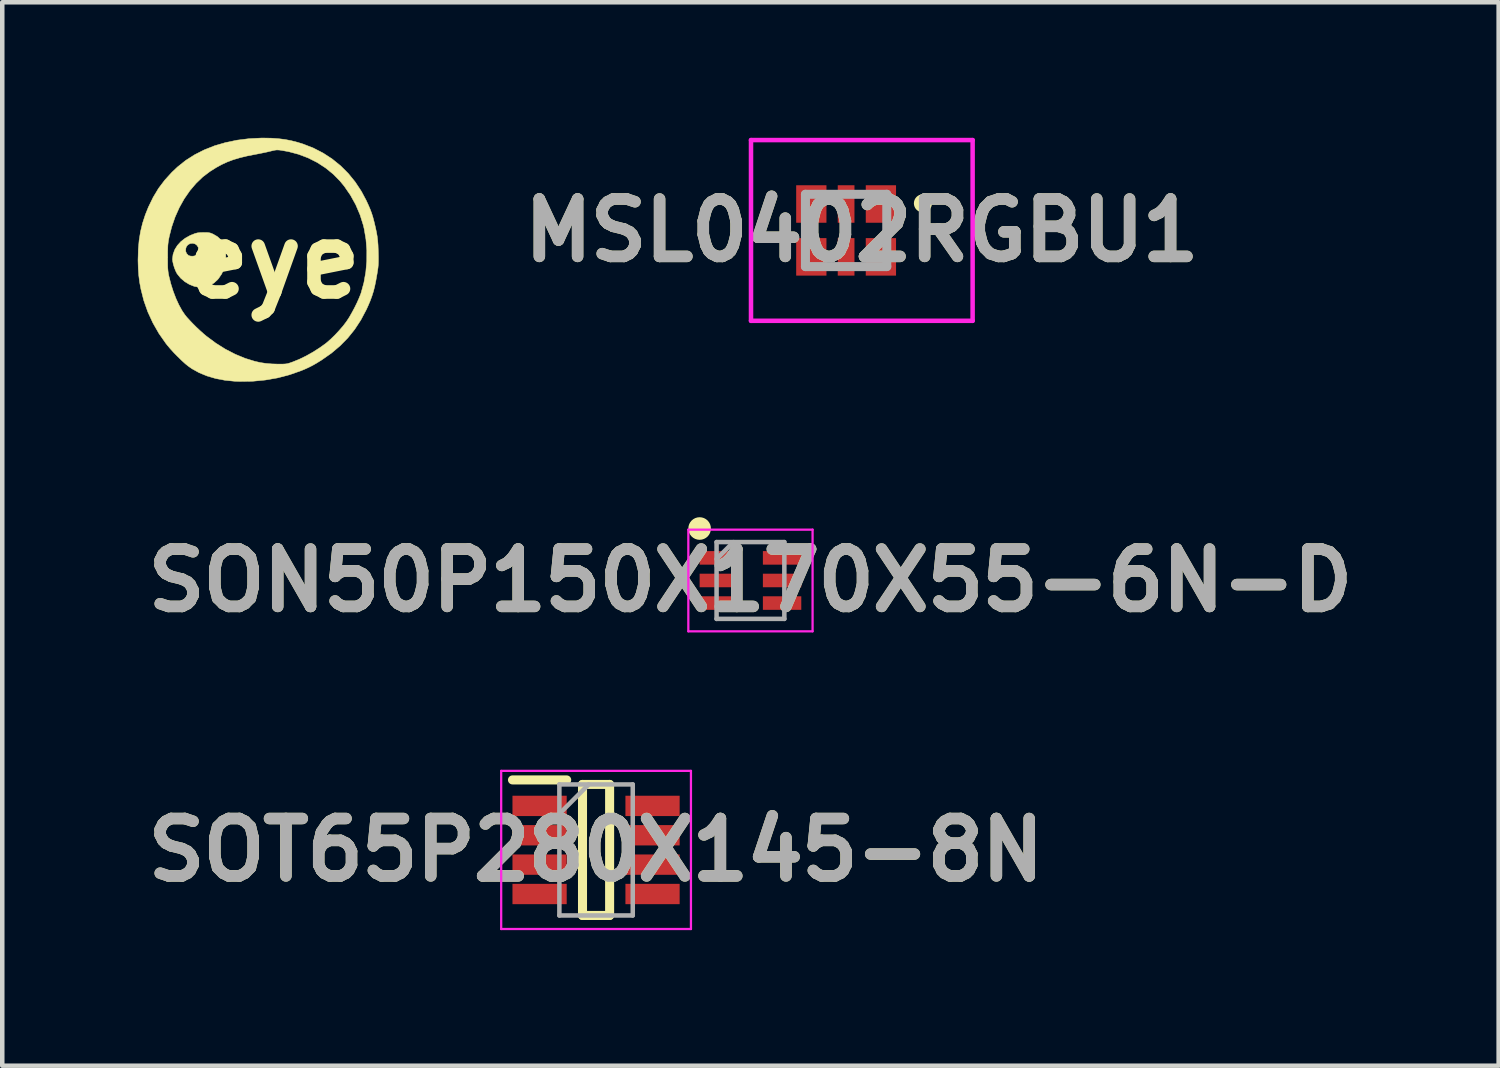
<source format=kicad_pcb>
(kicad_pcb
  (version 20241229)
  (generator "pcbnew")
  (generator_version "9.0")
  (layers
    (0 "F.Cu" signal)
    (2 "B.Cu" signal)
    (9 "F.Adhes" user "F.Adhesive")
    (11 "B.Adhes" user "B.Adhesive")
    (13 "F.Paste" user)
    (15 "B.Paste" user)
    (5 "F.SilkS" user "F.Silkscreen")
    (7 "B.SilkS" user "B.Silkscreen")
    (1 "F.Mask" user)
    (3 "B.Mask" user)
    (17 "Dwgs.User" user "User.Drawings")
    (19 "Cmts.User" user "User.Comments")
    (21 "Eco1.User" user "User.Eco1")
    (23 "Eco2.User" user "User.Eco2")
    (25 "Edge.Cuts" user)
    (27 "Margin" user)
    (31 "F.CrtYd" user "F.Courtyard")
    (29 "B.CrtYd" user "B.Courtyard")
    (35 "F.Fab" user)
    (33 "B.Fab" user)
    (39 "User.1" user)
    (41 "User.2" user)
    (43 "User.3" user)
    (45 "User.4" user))
  (footprint "SON50P150X170X55-6N-D"
    (layer "F.Cu")
    (at 13.559 9.797)
    (property "Reference" "SON50P150X170X55-6N-D" (at 0 0 0) (layer "F.SilkS") (effects (font (size 1.27 1.27) (thickness 0.254))))
    (attr smd)
    (fp_circle (center -1.125 -1.15) (end -1.125 -1.025) (stroke (width 0.25) (type solid)) (fill no) (layer "F.SilkS"))
    (fp_line (start -1.375 -1.125) (end 1.375 -1.125) (stroke (width 0.05) (type solid)) (layer "F.CrtYd"))
    (fp_line (start -1.375 1.125) (end -1.375 -1.125) (stroke (width 0.05) (type solid)) (layer "F.CrtYd"))
    (fp_line (start 1.375 -1.125) (end 1.375 1.125) (stroke (width 0.05) (type solid)) (layer "F.CrtYd"))
    (fp_line (start 1.375 1.125) (end -1.375 1.125) (stroke (width 0.05) (type solid)) (layer "F.CrtYd"))
    (fp_line (start -0.75 -0.85) (end 0.75 -0.85) (stroke (width 0.1) (type solid)) (layer "F.Fab"))
    (fp_line (start -0.75 -0.475) (end -0.375 -0.85) (stroke (width 0.1) (type solid)) (layer "F.Fab"))
    (fp_line (start -0.75 0.85) (end -0.75 -0.85) (stroke (width 0.1) (type solid)) (layer "F.Fab"))
    (fp_line (start 0.75 -0.85) (end 0.75 0.85) (stroke (width 0.1) (type solid)) (layer "F.Fab"))
    (fp_line (start 0.75 0.85) (end -0.75 0.85) (stroke (width 0.1) (type solid)) (layer "F.Fab"))
    (fp_text user "${REFERENCE}" (at 0 0 0) (layer "F.Fab") (effects (font (size 1.27 1.27) (thickness 0.254))))
    (pad "1" smd rect (at -0.7 -0.5 90) (size 0.3 0.85) (layers "F.Cu" "F.Mask" "F.Paste"))
    (pad "2" smd rect (at -0.7 0 90) (size 0.3 0.85) (layers "F.Cu" "F.Mask" "F.Paste"))
    (pad "3" smd rect (at -0.7 0.5 90) (size 0.3 0.85) (layers "F.Cu" "F.Mask" "F.Paste"))
    (pad "4" smd rect (at 0.7 0.5 90) (size 0.3 0.85) (layers "F.Cu" "F.Mask" "F.Paste"))
    (pad "5" smd rect (at 0.7 0 90) (size 0.3 0.85) (layers "F.Cu" "F.Mask" "F.Paste"))
    (pad "6" smd rect (at 0.7 -0.5 90) (size 0.3 0.85) (layers "F.Cu" "F.Mask" "F.Paste")))
  (footprint "eye"
    (layer "F.Cu")
    (at 3.028 2.723)
    (property "Reference" "eye" (at 0 0 0) (layer "F.SilkS") (effects (font (size 1.524 1.524) (thickness 0.3))))
    (attr through_hole)
    (fp_poly (pts (xy -1.506 -0.628) (xy -1.461 -0.624) (xy -1.425 -0.617) (xy -1.39 -0.604) (xy -1.367 -0.594) (xy -1.27 -0.539) (xy -1.195 -0.472) (xy -1.139 -0.393) (xy -1.102 -0.298) (xy -1.083 -0.187) (xy -1.08 -0.105) (xy -1.09 0.04) (xy -1.12 0.17) (xy -1.17 0.287) (xy -1.241 0.391) (xy -1.265 0.419) (xy -1.345 0.492) (xy -1.428 0.541) (xy -1.521 0.57) (xy -1.603 0.579) (xy -1.702 0.578) (xy -1.777 0.565) (xy -1.886 0.522) (xy -1.989 0.46) (xy -2.081 0.381) (xy -2.154 0.291) (xy -2.16 0.283) (xy -2.19 0.225) (xy -2.218 0.154) (xy -2.241 0.08) (xy -2.256 0.01) (xy -2.261 -0.038) (xy -2.248 -0.143) (xy -2.212 -0.244) (xy -2.201 -0.262) (xy -1.969 -0.262) (xy -1.968 -0.21) (xy -1.948 -0.162) (xy -1.91 -0.123) (xy -1.899 -0.116) (xy -1.859 -0.105) (xy -1.809 -0.103) (xy -1.763 -0.112) (xy -1.741 -0.122) (xy -1.716 -0.148) (xy -1.695 -0.184) (xy -1.694 -0.186) (xy -1.681 -0.244) (xy -1.69 -0.297) (xy -1.717 -0.342) (xy -1.758 -0.374) (xy -1.81 -0.389) (xy -1.868 -0.383) (xy -1.873 -0.381) (xy -1.921 -0.354) (xy -1.954 -0.312) (xy -1.969 -0.262) (xy -2.201 -0.262) (xy -2.154 -0.339) (xy -2.076 -0.425) (xy -1.979 -0.501) (xy -1.866 -0.564) (xy -1.765 -0.604) (xy -1.709 -0.619) (xy -1.64 -0.626) (xy -1.568 -0.628) (xy -1.506 -0.628)) (stroke (width 0.01) (type solid)) (fill yes) (layer "F.SilkS"))
    (fp_poly (pts (xy -0.073 -2.715) (xy 0.083 -2.704) (xy 0.229 -2.686) (xy 0.369 -2.659) (xy 0.512 -2.622) (xy 0.631 -2.585) (xy 0.859 -2.496) (xy 1.074 -2.385) (xy 1.275 -2.254) (xy 1.461 -2.103) (xy 1.631 -1.933) (xy 1.784 -1.745) (xy 1.919 -1.54) (xy 2.026 -1.34) (xy 2.075 -1.234) (xy 2.114 -1.143) (xy 2.146 -1.058) (xy 2.173 -0.973) (xy 2.198 -0.879) (xy 2.202 -0.864) (xy 2.231 -0.742) (xy 2.253 -0.638) (xy 2.27 -0.543) (xy 2.281 -0.449) (xy 2.289 -0.35) (xy 2.293 -0.239) (xy 2.295 -0.184) (xy 2.297 -0.091) (xy 2.297 -0.016) (xy 2.296 0.045) (xy 2.293 0.1) (xy 2.288 0.154) (xy 2.279 0.214) (xy 2.268 0.285) (xy 2.242 0.432) (xy 2.216 0.56) (xy 2.187 0.675) (xy 2.153 0.782) (xy 2.114 0.888) (xy 2.067 0.998) (xy 2.026 1.087) (xy 1.907 1.311) (xy 1.772 1.517) (xy 1.62 1.706) (xy 1.449 1.88) (xy 1.258 2.042) (xy 1.044 2.192) (xy 1.022 2.206) (xy 0.925 2.266) (xy 0.839 2.315) (xy 0.754 2.358) (xy 0.662 2.4) (xy 0.578 2.434) (xy 0.327 2.522) (xy 0.063 2.591) (xy -0.209 2.638) (xy -0.488 2.665) (xy -0.768 2.669) (xy -0.884 2.665) (xy -1.1 2.643) (xy -1.305 2.604) (xy -1.496 2.548) (xy -1.673 2.475) (xy -1.831 2.387) (xy -1.907 2.334) (xy -1.977 2.278) (xy -2.056 2.206) (xy -2.141 2.123) (xy -2.227 2.036) (xy -2.307 1.948) (xy -2.378 1.864) (xy -2.407 1.827) (xy -2.561 1.607) (xy -2.694 1.374) (xy -2.806 1.131) (xy -2.895 0.88) (xy -2.959 0.627) (xy -2.988 0.473) (xy -3.007 0.323) (xy -3.018 0.168) (xy -3.023 -0.001) (xy -3.023 -0.032) (xy -3.021 -0.083) (xy -2.368 -0.083) (xy -2.367 0.016) (xy -2.367 0.094) (xy -2.365 0.156) (xy -2.361 0.206) (xy -2.356 0.25) (xy -2.349 0.293) (xy -2.34 0.338) (xy -2.297 0.508) (xy -2.245 0.673) (xy -2.185 0.83) (xy -2.119 0.974) (xy -2.049 1.101) (xy -1.991 1.187) (xy -1.946 1.244) (xy -1.884 1.312) (xy -1.812 1.388) (xy -1.734 1.466) (xy -1.653 1.542) (xy -1.575 1.612) (xy -1.511 1.666) (xy -1.304 1.82) (xy -1.091 1.954) (xy -0.872 2.067) (xy -0.652 2.158) (xy -0.441 2.223) (xy -0.315 2.252) (xy -0.192 2.27) (xy -0.061 2.281) (xy 0.072 2.285) (xy 0.146 2.285) (xy 0.202 2.284) (xy 0.244 2.281) (xy 0.28 2.276) (xy 0.317 2.266) (xy 0.359 2.252) (xy 0.396 2.239) (xy 0.542 2.18) (xy 0.696 2.105) (xy 0.851 2.018) (xy 0.998 1.924) (xy 1.132 1.828) (xy 1.162 1.803) (xy 1.247 1.728) (xy 1.339 1.638) (xy 1.43 1.54) (xy 1.515 1.442) (xy 1.586 1.349) (xy 1.597 1.333) (xy 1.652 1.249) (xy 1.709 1.149) (xy 1.767 1.041) (xy 1.822 0.93) (xy 1.869 0.824) (xy 1.907 0.729) (xy 1.917 0.698) (xy 1.977 0.477) (xy 2.018 0.244) (xy 2.039 0.005) (xy 2.04 -0.237) (xy 2.021 -0.476) (xy 1.982 -0.707) (xy 1.963 -0.787) (xy 1.891 -1.017) (xy 1.796 -1.24) (xy 1.679 -1.452) (xy 1.542 -1.651) (xy 1.449 -1.764) (xy 1.297 -1.919) (xy 1.127 -2.057) (xy 0.942 -2.177) (xy 0.742 -2.278) (xy 0.531 -2.358) (xy 0.31 -2.417) (xy 0.166 -2.443) (xy 0.114 -2.451) (xy 0.075 -2.454) (xy 0.04 -2.454) (xy 0.003 -2.449) (xy -0.046 -2.438) (xy -0.101 -2.425) (xy -0.172 -2.408) (xy -0.258 -2.39) (xy -0.347 -2.372) (xy -0.429 -2.356) (xy -0.61 -2.321) (xy -0.77 -2.282) (xy -0.914 -2.239) (xy -1.047 -2.189) (xy -1.173 -2.131) (xy -1.297 -2.063) (xy -1.424 -1.983) (xy -1.43 -1.979) (xy -1.59 -1.858) (xy -1.739 -1.715) (xy -1.877 -1.552) (xy -2.001 -1.373) (xy -2.11 -1.178) (xy -2.203 -0.97) (xy -2.278 -0.752) (xy -2.332 -0.54) (xy -2.343 -0.484) (xy -2.352 -0.435) (xy -2.358 -0.388) (xy -2.363 -0.338) (xy -2.365 -0.281) (xy -2.367 -0.21) (xy -2.367 -0.121) (xy -2.368 -0.083) (xy -3.021 -0.083) (xy -3.017 -0.252) (xy -2.999 -0.455) (xy -2.968 -0.647) (xy -2.923 -0.832) (xy -2.863 -1.017) (xy -2.794 -1.189) (xy -2.689 -1.405) (xy -2.57 -1.603) (xy -2.432 -1.786) (xy -2.274 -1.96) (xy -2.149 -2.078) (xy -1.969 -2.222) (xy -1.771 -2.348) (xy -1.558 -2.456) (xy -1.329 -2.547) (xy -1.086 -2.618) (xy -0.831 -2.671) (xy -0.566 -2.704) (xy -0.29 -2.718) (xy -0.248 -2.718) (xy -0.073 -2.715)) (stroke (width 0.01) (type solid)) (fill yes) (layer "F.SilkS")))
  (footprint "SOT65P280X145-8N"
    (layer "F.Cu")
    (at 10.142 15.761)
    (property "Reference" "SOT65P280X145-8N" (at 0 0 0) (layer "F.SilkS") (effects (font (size 1.27 1.27) (thickness 0.254))))
    (attr smd)
    (fp_line (start -1.85 -1.55) (end -0.65 -1.55) (stroke (width 0.2) (type solid)) (layer "F.SilkS"))
    (fp_line (start -0.3 -1.45) (end 0.3 -1.45) (stroke (width 0.2) (type solid)) (layer "F.SilkS"))
    (fp_line (start -0.3 1.45) (end -0.3 -1.45) (stroke (width 0.2) (type solid)) (layer "F.SilkS"))
    (fp_line (start 0.3 -1.45) (end 0.3 1.45) (stroke (width 0.2) (type solid)) (layer "F.SilkS"))
    (fp_line (start 0.3 1.45) (end -0.3 1.45) (stroke (width 0.2) (type solid)) (layer "F.SilkS"))
    (fp_line (start -2.1 -1.75) (end 2.1 -1.75) (stroke (width 0.05) (type solid)) (layer "F.CrtYd"))
    (fp_line (start -2.1 1.75) (end -2.1 -1.75) (stroke (width 0.05) (type solid)) (layer "F.CrtYd"))
    (fp_line (start 2.1 -1.75) (end 2.1 1.75) (stroke (width 0.05) (type solid)) (layer "F.CrtYd"))
    (fp_line (start 2.1 1.75) (end -2.1 1.75) (stroke (width 0.05) (type solid)) (layer "F.CrtYd"))
    (fp_line (start -0.812 -1.45) (end 0.812 -1.45) (stroke (width 0.1) (type solid)) (layer "F.Fab"))
    (fp_line (start -0.812 -0.8) (end -0.162 -1.45) (stroke (width 0.1) (type solid)) (layer "F.Fab"))
    (fp_line (start -0.812 1.45) (end -0.812 -1.45) (stroke (width 0.1) (type solid)) (layer "F.Fab"))
    (fp_line (start 0.812 -1.45) (end 0.812 1.45) (stroke (width 0.1) (type solid)) (layer "F.Fab"))
    (fp_line (start 0.812 1.45) (end -0.812 1.45) (stroke (width 0.1) (type solid)) (layer "F.Fab"))
    (fp_text user "${REFERENCE}" (at 0 0 0) (layer "F.Fab") (effects (font (size 1.27 1.27) (thickness 0.254))))
    (pad "1" smd rect (at -1.25 -0.975 90) (size 0.45 1.2) (layers "F.Cu" "F.Mask" "F.Paste"))
    (pad "2" smd rect (at -1.25 -0.325 90) (size 0.45 1.2) (layers "F.Cu" "F.Mask" "F.Paste"))
    (pad "3" smd rect (at -1.25 0.325 90) (size 0.45 1.2) (layers "F.Cu" "F.Mask" "F.Paste"))
    (pad "4" smd rect (at -1.25 0.975 90) (size 0.45 1.2) (layers "F.Cu" "F.Mask" "F.Paste"))
    (pad "5" smd rect (at 1.25 0.975 90) (size 0.45 1.2) (layers "F.Cu" "F.Mask" "F.Paste"))
    (pad "6" smd rect (at 1.25 0.325 90) (size 0.45 1.2) (layers "F.Cu" "F.Mask" "F.Paste"))
    (pad "7" smd rect (at 1.25 -0.325 90) (size 0.45 1.2) (layers "F.Cu" "F.Mask" "F.Paste"))
    (pad "8" smd rect (at 1.25 -0.975 90) (size 0.45 1.2) (layers "F.Cu" "F.Mask" "F.Paste")))
  (footprint "MSL0402RGBU1"
    (layer "F.Cu")
    (at 16.126 2.05)
    (property "Reference" "MSL0402RGBU1" (at -0.103 0 0) (layer "F.SilkS") (effects (font (size 1.27 1.27) (thickness 0.254))))
    (attr smd)
    (fp_line (start 1.25 -0.7) (end 1.25 -0.7) (stroke (width 0.2) (type solid)) (layer "F.SilkS"))
    (fp_line (start 1.25 -0.5) (end 1.25 -0.5) (stroke (width 0.2) (type solid)) (layer "F.SilkS"))
    (fp_arc (start 1.25 -0.7) (mid 1.35 -0.6) (end 1.25 -0.5) (stroke (width 0.2) (type solid)) (layer "F.SilkS"))
    (fp_arc (start 1.25 -0.5) (mid 1.15 -0.6) (end 1.25 -0.7) (stroke (width 0.2) (type solid)) (layer "F.SilkS"))
    (fp_line (start -2.555 -2) (end 2.35 -2) (stroke (width 0.1) (type solid)) (layer "F.CrtYd"))
    (fp_line (start -2.555 2) (end -2.555 -2) (stroke (width 0.1) (type solid)) (layer "F.CrtYd"))
    (fp_line (start 2.35 -2) (end 2.35 2) (stroke (width 0.1) (type solid)) (layer "F.CrtYd"))
    (fp_line (start 2.35 2) (end -2.555 2) (stroke (width 0.1) (type solid)) (layer "F.CrtYd"))
    (fp_line (start -1.35 -0.8) (end 0.45 -0.8) (stroke (width 0.2) (type solid)) (layer "F.Fab"))
    (fp_line (start -1.35 0.8) (end -1.35 -0.8) (stroke (width 0.2) (type solid)) (layer "F.Fab"))
    (fp_line (start 0.45 -0.8) (end 0.45 0.8) (stroke (width 0.2) (type solid)) (layer "F.Fab"))
    (fp_line (start 0.45 0.8) (end -1.35 0.8) (stroke (width 0.2) (type solid)) (layer "F.Fab"))
    (fp_text user "${REFERENCE}" (at -0.103 0 0) (layer "F.Fab") (effects (font (size 1.27 1.27) (thickness 0.254))))
    (pad "1" smd rect (at 0.32 -0.585) (size 0.67 0.83) (layers "F.Cu" "F.Mask" "F.Paste"))
    (pad "2" smd rect (at -0.45 -0.585) (size 0.37 0.83) (layers "F.Cu" "F.Mask" "F.Paste"))
    (pad "3" smd rect (at -1.22 -0.585) (size 0.67 0.83) (layers "F.Cu" "F.Mask" "F.Paste"))
    (pad "4" smd rect (at -1.22 0.585) (size 0.67 0.83) (layers "F.Cu" "F.Mask" "F.Paste"))
    (pad "5" smd rect (at -0.45 0.585) (size 0.37 0.83) (layers "F.Cu" "F.Mask" "F.Paste"))
    (pad "6" smd rect (at 0.32 0.585) (size 0.67 0.83) (layers "F.Cu" "F.Mask" "F.Paste")))
  (gr_rect
    (start -3 -3)
    (end 30.118 20.536)
    (stroke (width 0.1) (type default))
    (fill no)
    (layer "Edge.Cuts")))
</source>
